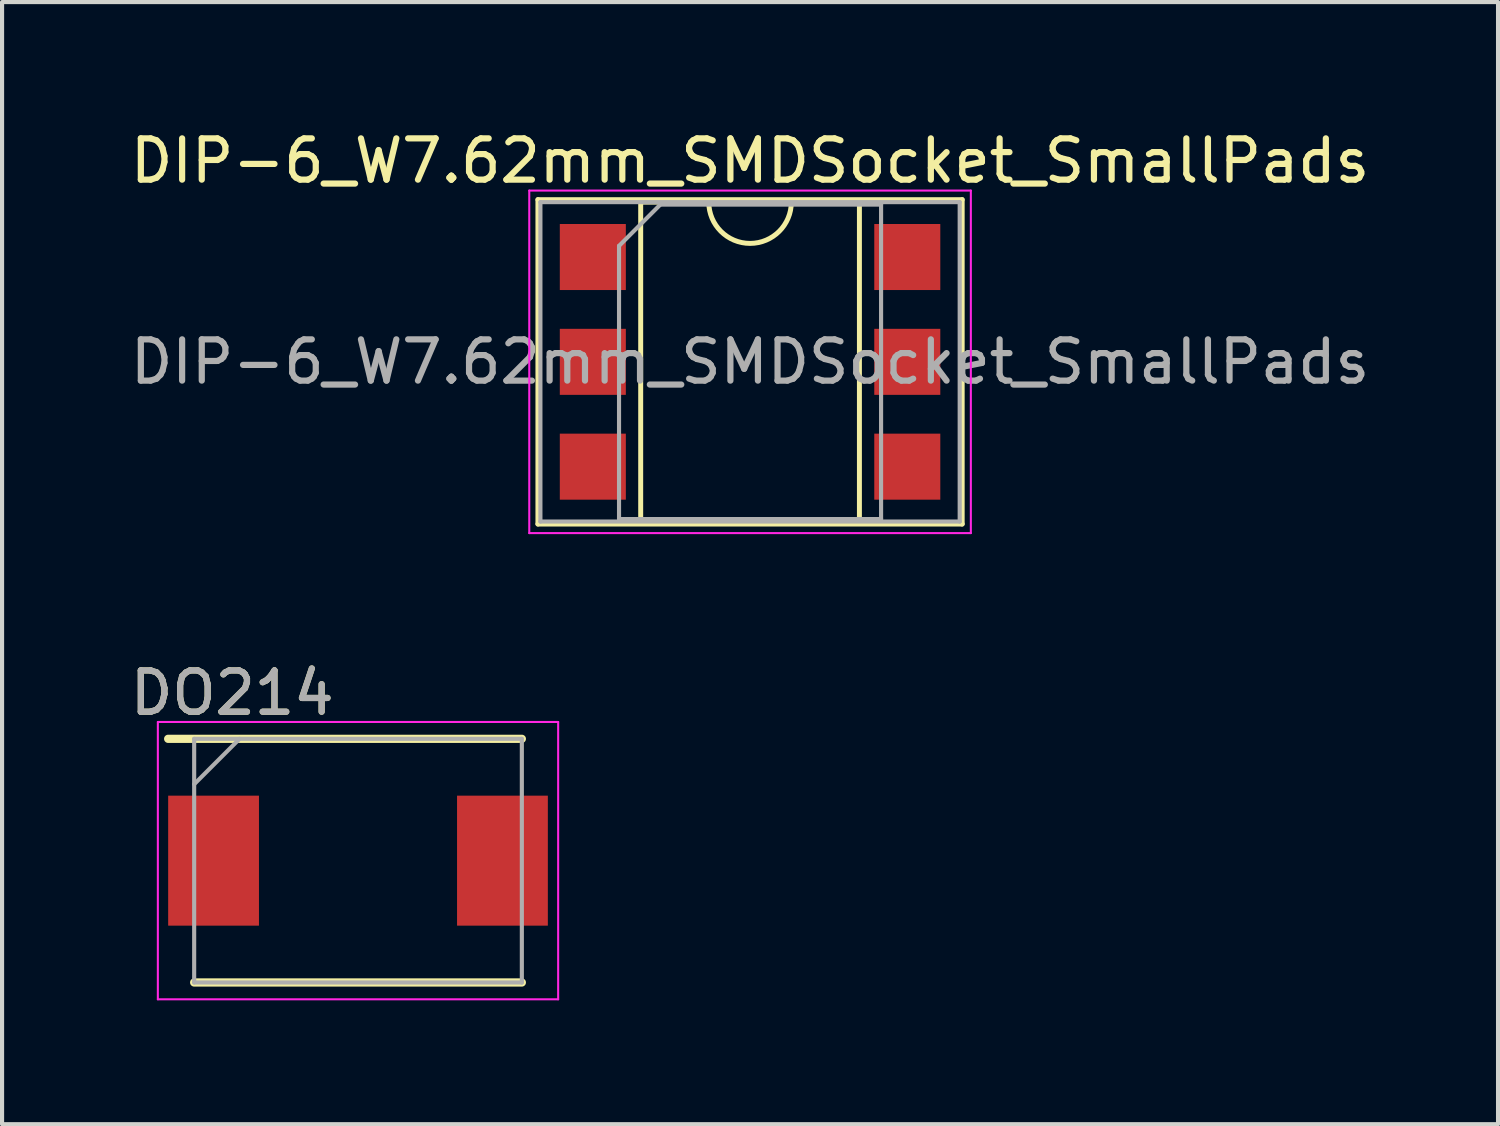
<source format=kicad_pcb>
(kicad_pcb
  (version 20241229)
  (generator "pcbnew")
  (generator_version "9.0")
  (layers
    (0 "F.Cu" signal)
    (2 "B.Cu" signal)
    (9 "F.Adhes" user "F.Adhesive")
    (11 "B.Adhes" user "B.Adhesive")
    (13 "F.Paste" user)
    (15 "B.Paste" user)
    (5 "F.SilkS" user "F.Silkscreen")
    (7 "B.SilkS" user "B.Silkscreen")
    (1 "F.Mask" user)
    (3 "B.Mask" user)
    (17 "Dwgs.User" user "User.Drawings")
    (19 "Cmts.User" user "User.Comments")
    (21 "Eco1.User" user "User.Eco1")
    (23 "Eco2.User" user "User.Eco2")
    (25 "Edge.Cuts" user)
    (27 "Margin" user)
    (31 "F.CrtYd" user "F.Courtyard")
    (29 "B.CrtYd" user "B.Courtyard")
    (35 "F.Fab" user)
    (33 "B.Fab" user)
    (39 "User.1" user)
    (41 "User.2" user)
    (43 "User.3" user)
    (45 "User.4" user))
  (footprint "DIP-6_W7.62mm_SMDSocket_SmallPads"
    (layer "F.Cu")
    (at 15.125 5.718)
    (property "Reference" "DIP-6_W7.62mm_SMDSocket_SmallPads" (at 0 -4.87 0) (layer "F.SilkS") (effects (font (size 1 1) (thickness 0.15))))
    (attr smd)
    (fp_line (start -5.14 -3.93) (end -5.14 3.93) (stroke (width 0.12) (type solid)) (layer "F.SilkS"))
    (fp_line (start -5.14 3.93) (end 5.14 3.93) (stroke (width 0.12) (type solid)) (layer "F.SilkS"))
    (fp_line (start -2.65 -3.87) (end -2.65 3.87) (stroke (width 0.12) (type solid)) (layer "F.SilkS"))
    (fp_line (start -2.65 3.87) (end 2.65 3.87) (stroke (width 0.12) (type solid)) (layer "F.SilkS"))
    (fp_line (start -1 -3.87) (end -2.65 -3.87) (stroke (width 0.12) (type solid)) (layer "F.SilkS"))
    (fp_line (start 2.65 -3.87) (end 1 -3.87) (stroke (width 0.12) (type solid)) (layer "F.SilkS"))
    (fp_line (start 2.65 3.87) (end 2.65 -3.87) (stroke (width 0.12) (type solid)) (layer "F.SilkS"))
    (fp_line (start 5.14 -3.93) (end -5.14 -3.93) (stroke (width 0.12) (type solid)) (layer "F.SilkS"))
    (fp_line (start 5.14 3.93) (end 5.14 -3.93) (stroke (width 0.12) (type solid)) (layer "F.SilkS"))
    (fp_arc (start 1 -3.87) (mid 0 -2.87) (end -1 -3.87) (stroke (width 0.12) (type solid)) (layer "F.SilkS"))
    (fp_line (start -5.35 -4.15) (end -5.35 4.15) (stroke (width 0.05) (type solid)) (layer "F.CrtYd"))
    (fp_line (start -5.35 4.15) (end 5.35 4.15) (stroke (width 0.05) (type solid)) (layer "F.CrtYd"))
    (fp_line (start 5.35 -4.15) (end -5.35 -4.15) (stroke (width 0.05) (type solid)) (layer "F.CrtYd"))
    (fp_line (start 5.35 4.15) (end 5.35 -4.15) (stroke (width 0.05) (type solid)) (layer "F.CrtYd"))
    (fp_line (start -5.08 -3.87) (end -5.08 3.87) (stroke (width 0.1) (type solid)) (layer "F.Fab"))
    (fp_line (start -5.08 3.87) (end 5.08 3.87) (stroke (width 0.1) (type solid)) (layer "F.Fab"))
    (fp_line (start -3.175 -2.81) (end -2.175 -3.81) (stroke (width 0.1) (type solid)) (layer "F.Fab"))
    (fp_line (start -3.175 3.81) (end -3.175 -2.81) (stroke (width 0.1) (type solid)) (layer "F.Fab"))
    (fp_line (start -2.175 -3.81) (end 3.175 -3.81) (stroke (width 0.1) (type solid)) (layer "F.Fab"))
    (fp_line (start 3.175 -3.81) (end 3.175 3.81) (stroke (width 0.1) (type solid)) (layer "F.Fab"))
    (fp_line (start 3.175 3.81) (end -3.175 3.81) (stroke (width 0.1) (type solid)) (layer "F.Fab"))
    (fp_line (start 5.08 -3.87) (end -5.08 -3.87) (stroke (width 0.1) (type solid)) (layer "F.Fab"))
    (fp_line (start 5.08 3.87) (end 5.08 -3.87) (stroke (width 0.1) (type solid)) (layer "F.Fab"))
    (fp_text user "${REFERENCE}" (at 0 0 0) (layer "F.Fab") (effects (font (size 1 1) (thickness 0.15))))
    (pad "1" smd rect (at -3.81 -2.54) (size 1.6 1.6) (layers "F.Cu" "F.Mask" "F.Paste"))
    (pad "2" smd rect (at -3.81 0) (size 1.6 1.6) (layers "F.Cu" "F.Mask" "F.Paste"))
    (pad "3" smd rect (at -3.81 2.54) (size 1.6 1.6) (layers "F.Cu" "F.Mask" "F.Paste"))
    (pad "4" smd rect (at 3.81 2.54) (size 1.6 1.6) (layers "F.Cu" "F.Mask" "F.Paste"))
    (pad "5" smd rect (at 3.81 0) (size 1.6 1.6) (layers "F.Cu" "F.Mask" "F.Paste"))
    (pad "6" smd rect (at 3.81 -2.54) (size 1.6 1.6) (layers "F.Cu" "F.Mask" "F.Paste")))
  (footprint "DO214"
    (layer "F.Cu")
    (at 5.625 17.805)
    (property "Reference" "DO214" (at -3.048 -4.064 0) (layer "F.SilkS") (effects (font (size 1 1) (thickness 0.15))))
    (attr smd)
    (fp_line (start -3.97 2.952) (end 3.97 2.952) (stroke (width 0.2) (type solid)) (layer "F.SilkS"))
    (fp_line (start 3.97 -2.952) (end -4.6 -2.952) (stroke (width 0.2) (type solid)) (layer "F.SilkS"))
    (fp_line (start -4.85 -3.36) (end 4.85 -3.36) (stroke (width 0.05) (type solid)) (layer "F.CrtYd"))
    (fp_line (start -4.85 3.36) (end -4.85 -3.36) (stroke (width 0.05) (type solid)) (layer "F.CrtYd"))
    (fp_line (start 4.85 -3.36) (end 4.85 3.36) (stroke (width 0.05) (type solid)) (layer "F.CrtYd"))
    (fp_line (start 4.85 3.36) (end -4.85 3.36) (stroke (width 0.05) (type solid)) (layer "F.CrtYd"))
    (fp_line (start -3.97 -2.952) (end 3.97 -2.952) (stroke (width 0.1) (type solid)) (layer "F.Fab"))
    (fp_line (start -3.97 -1.852) (end -2.87 -2.952) (stroke (width 0.1) (type solid)) (layer "F.Fab"))
    (fp_line (start -3.97 2.952) (end -3.97 -2.952) (stroke (width 0.1) (type solid)) (layer "F.Fab"))
    (fp_line (start 3.97 -2.952) (end 3.97 2.952) (stroke (width 0.1) (type solid)) (layer "F.Fab"))
    (fp_line (start 3.97 2.952) (end -3.97 2.952) (stroke (width 0.1) (type solid)) (layer "F.Fab"))
    (fp_text user "${REFERENCE}" (at -3.048 -4.064 0) (layer "F.Fab") (effects (font (size 1 1) (thickness 0.15))))
    (pad "1" smd rect (at -3.5 0) (size 2.2 3.15) (layers "F.Cu" "F.Mask" "F.Paste"))
    (pad "2" smd rect (at 3.5 0) (size 2.2 3.15) (layers "F.Cu" "F.Mask" "F.Paste")))
  (gr_rect
    (start -3 -3)
    (end 33.25 24.191)
    (stroke (width 0.1) (type default))
    (fill no)
    (layer "Edge.Cuts")))
</source>
